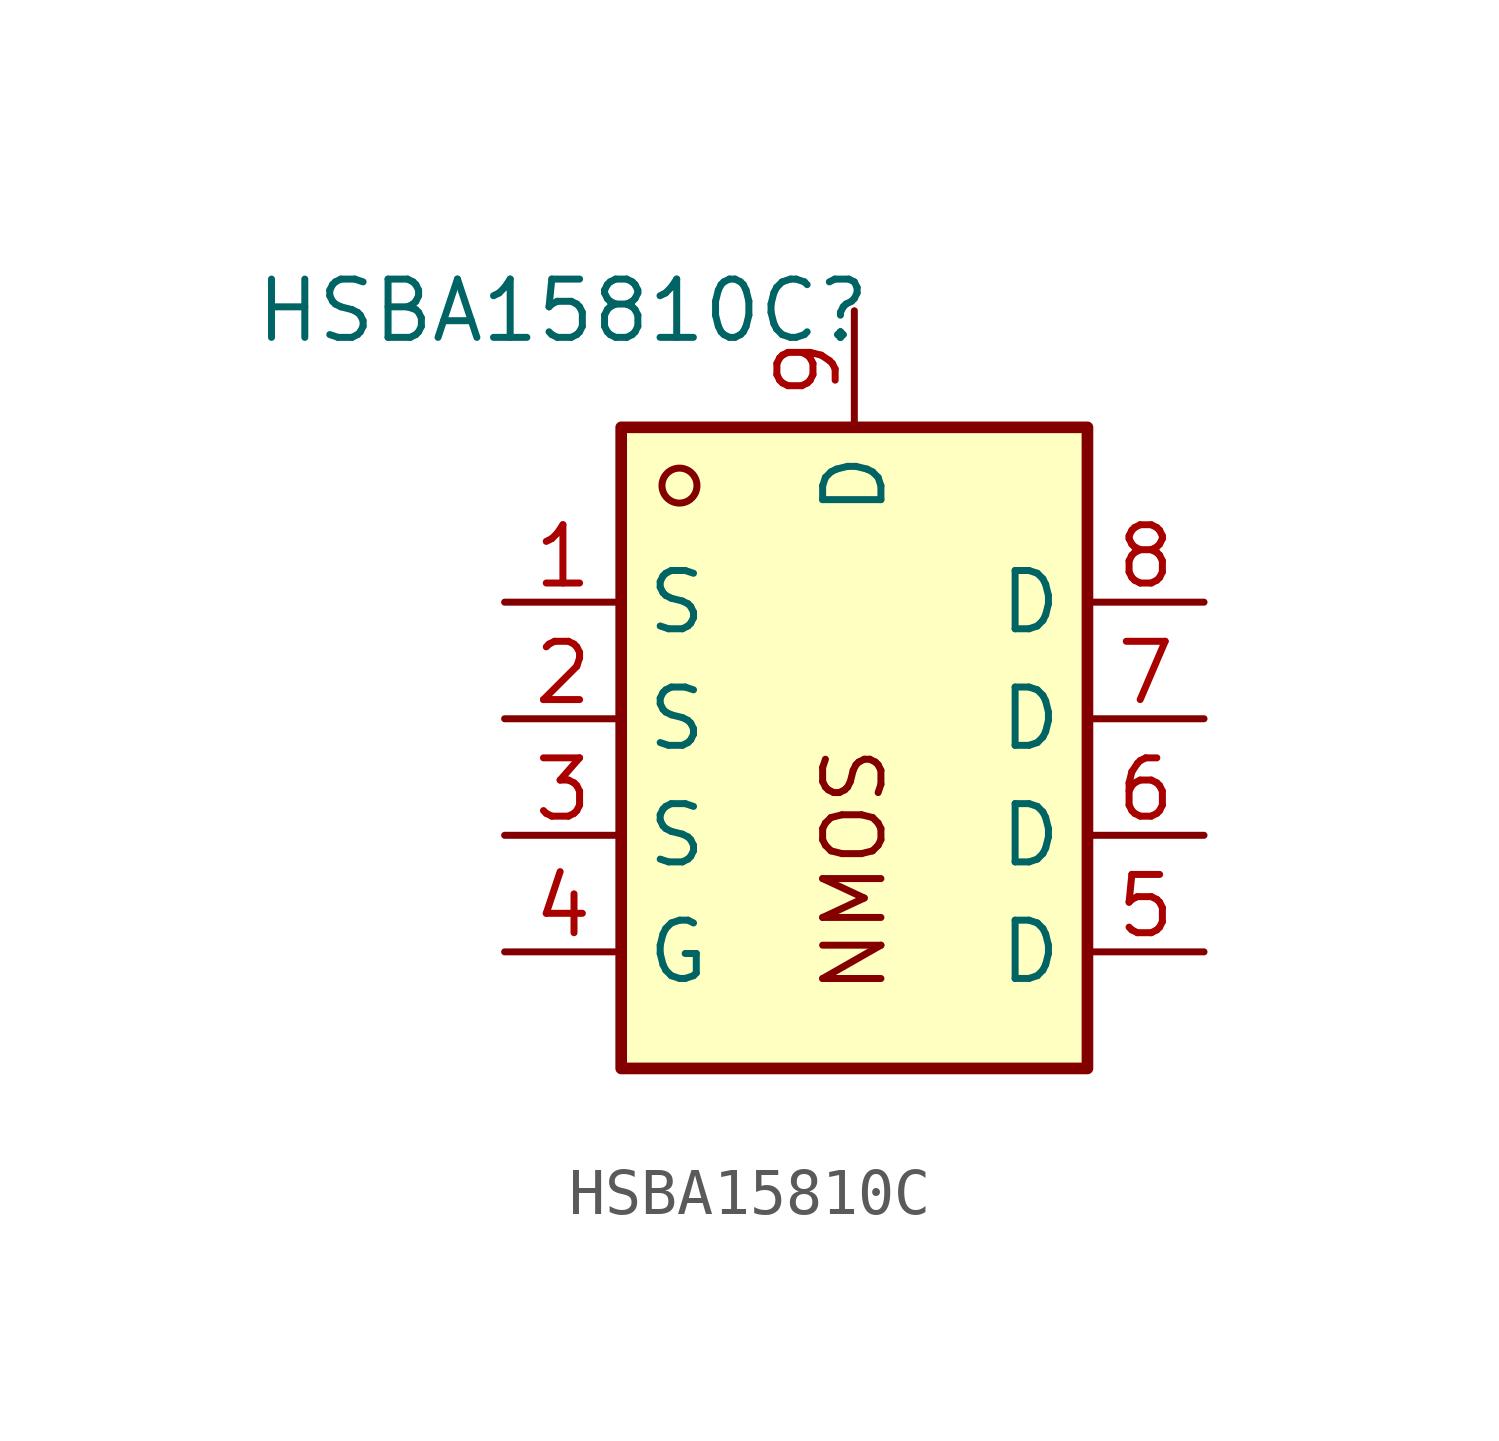
<source format=kicad_sym>
(kicad_symbol_lib
  (version 20231120)
  (generator "kicad_symbol_editor")
  (generator_version "8.0")
  (symbol "HSBA15810C"
    (property "Reference" "HSBA15810C"
      (at 0 0 0)
      (effects (font (size 1.27 1.27))))
    (property "Value" ""
      (at 0 0 0)
      (effects (font (size 1.27 1.27))))
    (symbol "HSBA15810C_1_1"
      (polyline (pts (xy 1.27 -2.54) (xy 1.27 -16.51) (xy 11.43 -16.51) (xy 11.43 -2.54) (xy 1.27 -2.54)) (stroke (width 0.254) (type solid) (color 132 0 0 1)) (fill (type background)))
      (circle (center 2.54 -3.81) (radius 0.381) (stroke (width 0) (type default)) (fill (type none)))
      (text "NMOS" (at 6.35 -12.192 900) (effects (font (size 1.27 1.27))))
      (pin input line (at -1.27 -6.35 0) (length 2.54) (name "S" (effects (font (size 1.27 1.27)))) (number "1" (effects (font (size 1.27 1.27)))))
      (pin input line (at -1.27 -8.89 0) (length 2.54) (name "S" (effects (font (size 1.27 1.27)))) (number "2" (effects (font (size 1.27 1.27)))))
      (pin input line (at -1.27 -11.43 0) (length 2.54) (name "S" (effects (font (size 1.27 1.27)))) (number "3" (effects (font (size 1.27 1.27)))))
      (pin input line (at -1.27 -13.97 0) (length 2.54) (name "G" (effects (font (size 1.27 1.27)))) (number "4" (effects (font (size 1.27 1.27)))))
      (pin input line (at 13.97 -13.97 180) (length 2.54) (name "D" (effects (font (size 1.27 1.27)))) (number "5" (effects (font (size 1.27 1.27)))))
      (pin input line (at 13.97 -11.43 180) (length 2.54) (name "D" (effects (font (size 1.27 1.27)))) (number "6" (effects (font (size 1.27 1.27)))))
      (pin input line (at 13.97 -8.89 180) (length 2.54) (name "D" (effects (font (size 1.27 1.27)))) (number "7" (effects (font (size 1.27 1.27)))))
      (pin input line (at 13.97 -6.35 180) (length 2.54) (name "D" (effects (font (size 1.27 1.27)))) (number "8" (effects (font (size 1.27 1.27)))))
      (pin input line (at 6.35 0 270) (length 2.54) (name "D" (effects (font (size 1.27 1.27)))) (number "9" (effects (font (size 1.27 1.27))))))))
</source>
